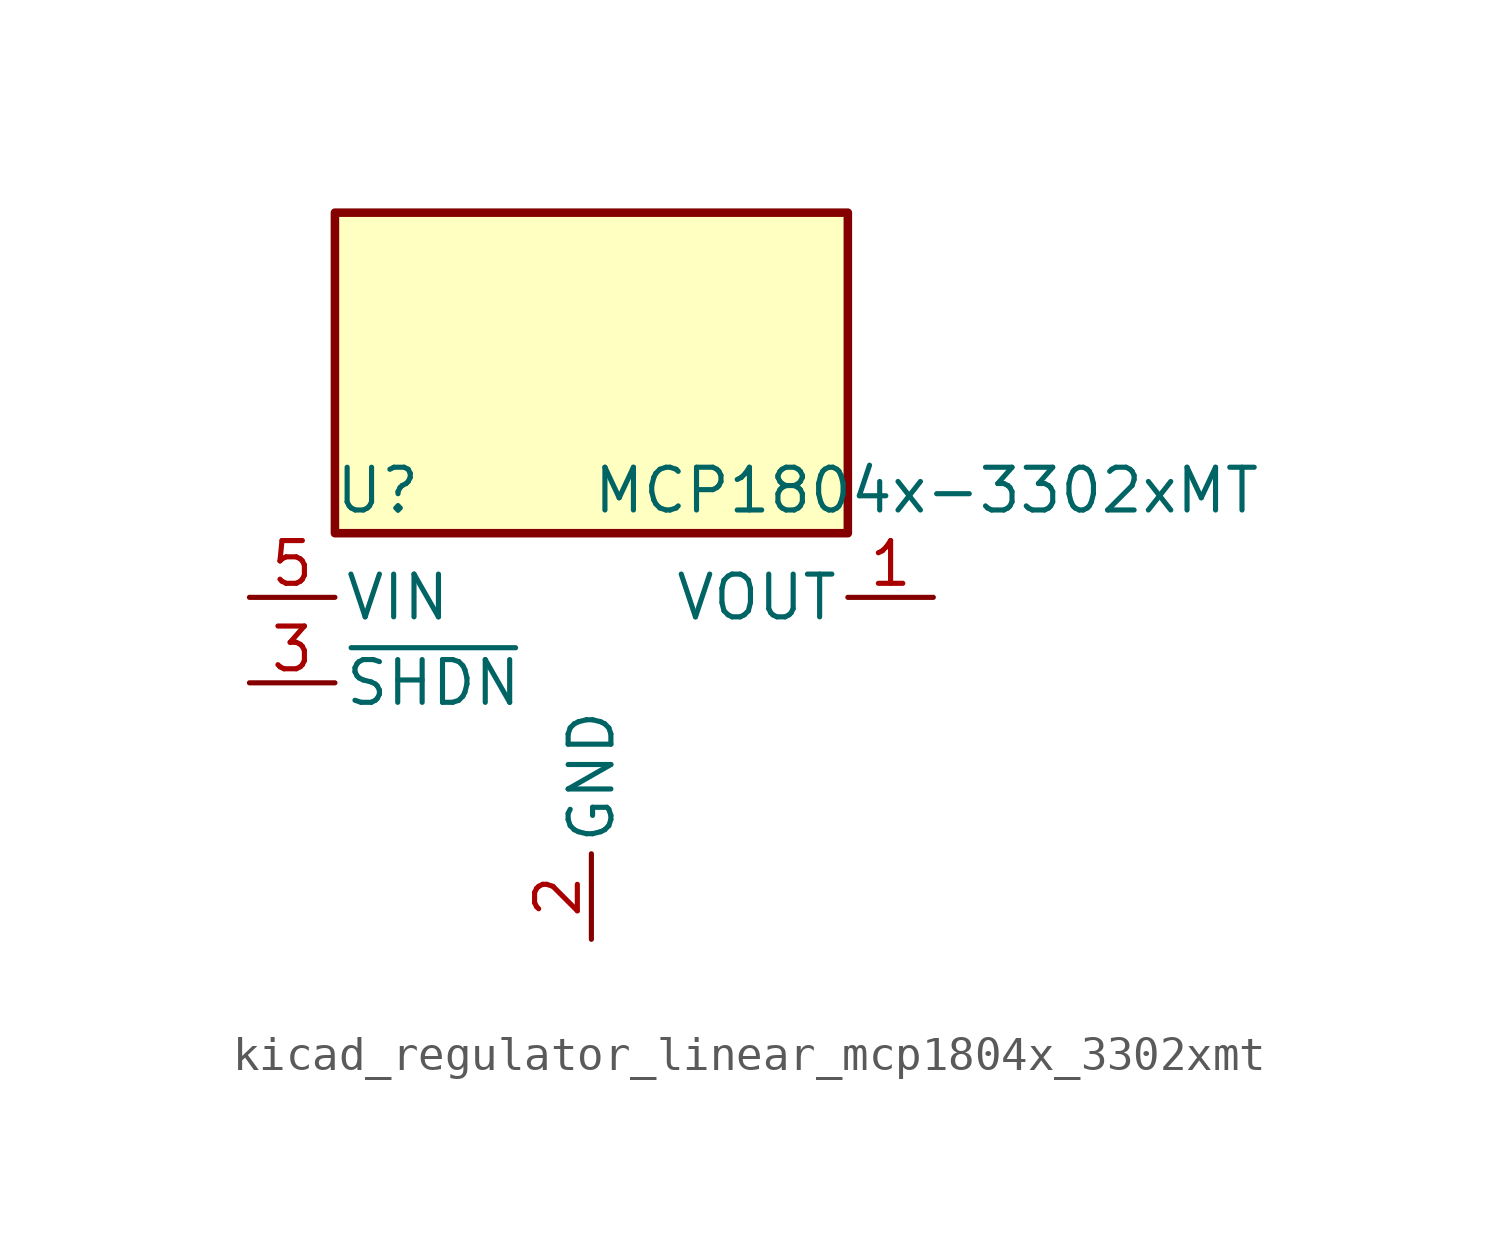
<source format=kicad_sym>
(kicad_symbol_lib
  (version 20220914)
  (generator kicad_symbol_editor)
  (symbol "kicad_regulator_linear_mcp1804x_3302xmt"
    (pin_names
      (offset 0.254))
    (property "Reference" "U"
      (at -6.35 5.715 0)
      (effects (font (size 1.27 1.27))))
    (property "Value" "MCP1804x-3302xMT"
      (at 0 5.715 0)
      (effects (font (size 1.27 1.27)) (justify left)))
    (symbol "kicad_regulator_linear_mcp1804x_3302xmt_0_1"
      (rectangle (start 7.62 13.97) (end -7.62 4.445) (stroke (width 0.254) (type default)) (fill (type background))))
    (symbol "kicad_regulator_linear_mcp1804x_3302xmt_1_1"
      (pin power_out line (at 10.16 2.54 180) (length 2.54) (name "VOUT" (effects (font (size 1.27 1.27)))) (number "1" (effects (font (size 1.27 1.27)))))
      (pin power_in line (at 0 -7.62 90) (length 2.54) (name "GND" (effects (font (size 1.27 1.27)))) (number "2" (effects (font (size 1.27 1.27)))))
      (pin input line (at -10.16 0 0) (length 2.54) (name "~{SHDN}" (effects (font (size 1.27 1.27)))) (number "3" (effects (font (size 1.27 1.27)))))
      (pin no_connect line (at 7.62 0 180) (length 2.54) hide (name "NC" (effects (font (size 1.27 1.27)))) (number "4" (effects (font (size 1.27 1.27)))))
      (pin power_in line (at -10.16 2.54 0) (length 2.54) (name "VIN" (effects (font (size 1.27 1.27)))) (number "5" (effects (font (size 1.27 1.27))))))))
</source>
